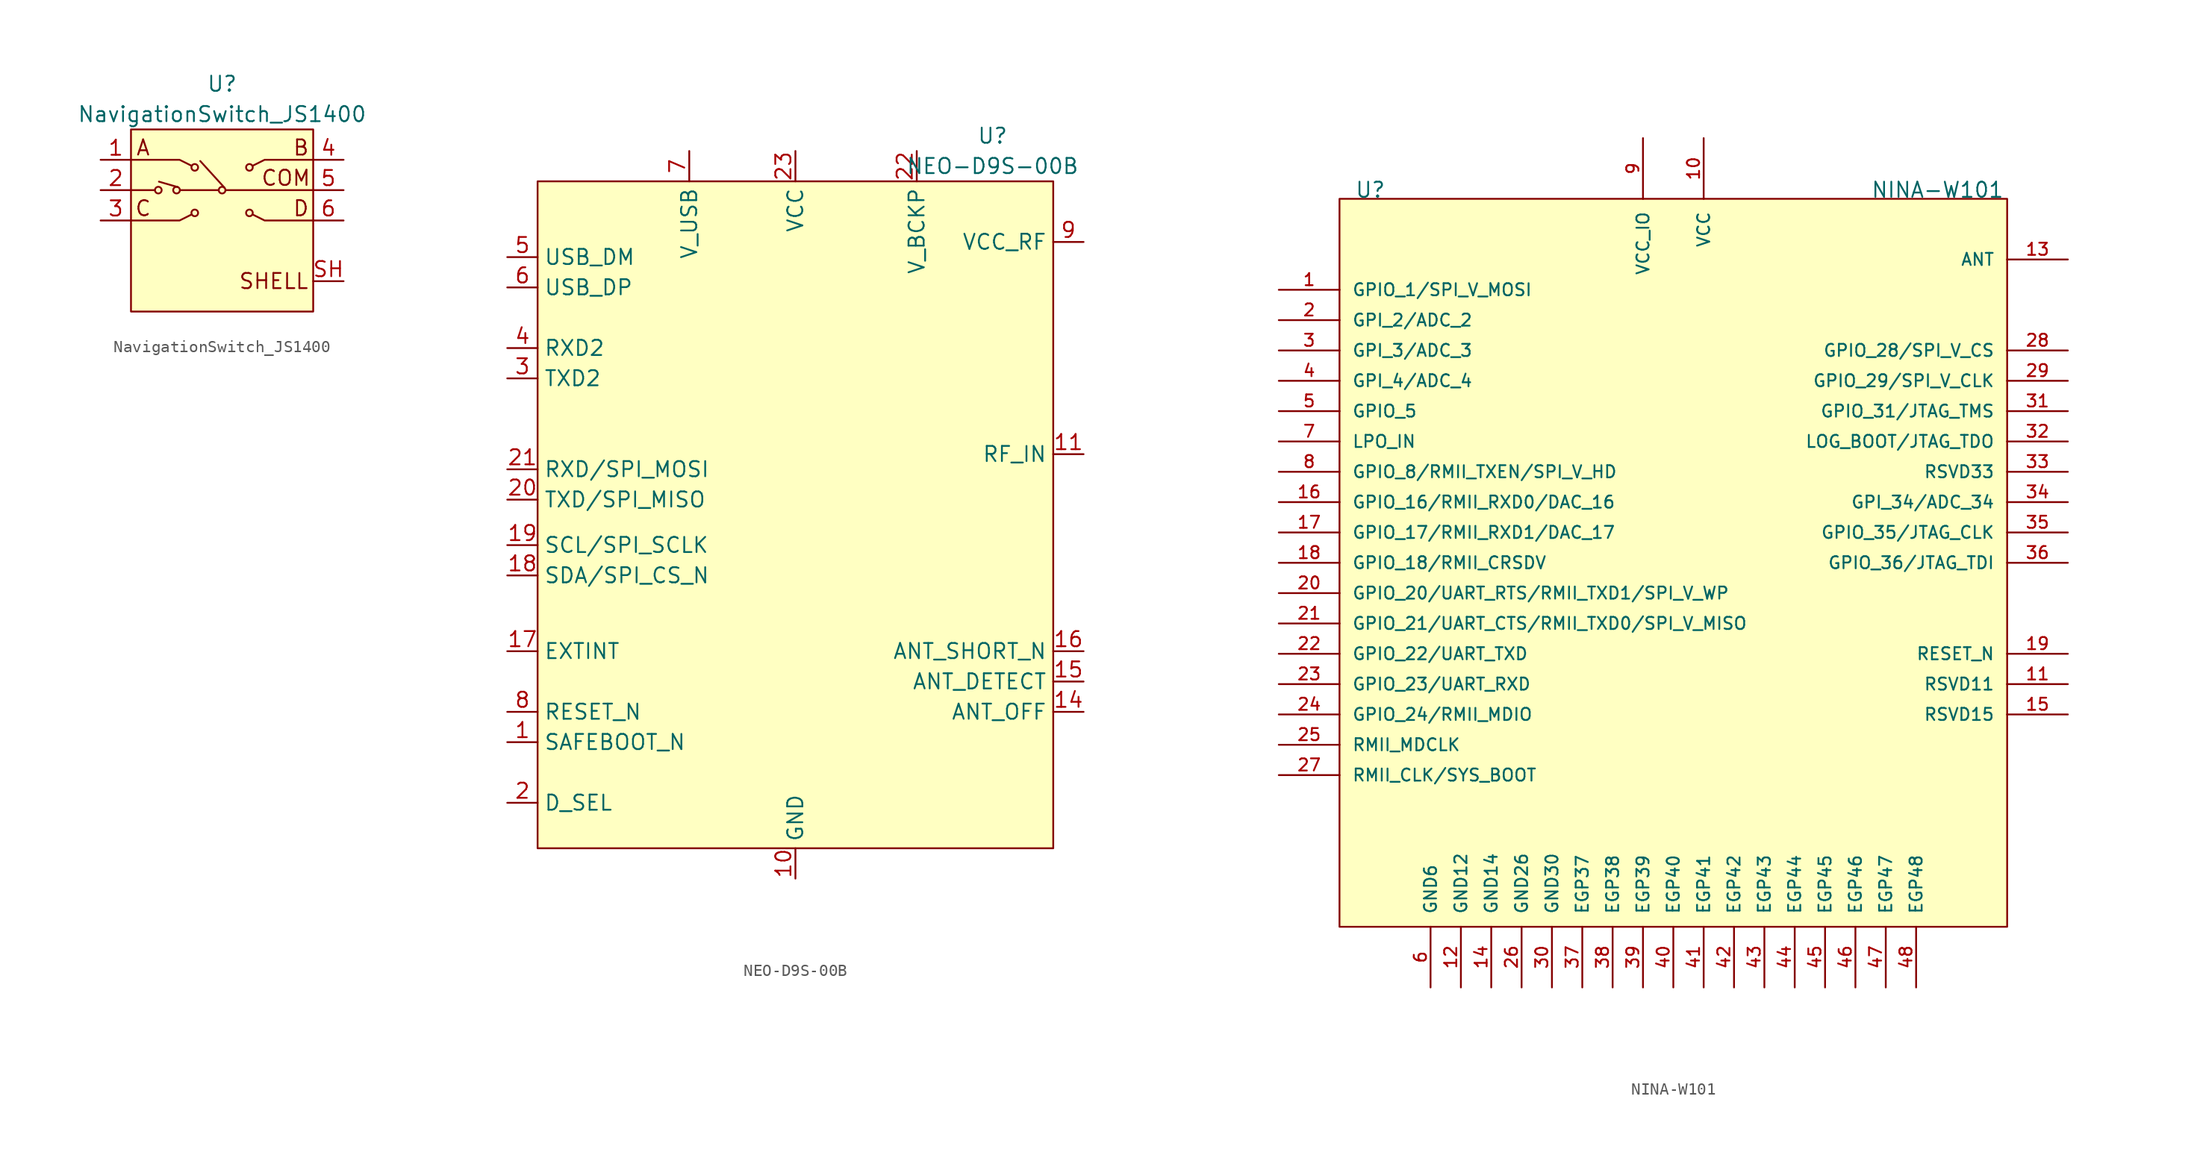
<source format=kicad_sym>
(kicad_symbol_lib
  (version 20211014)
  (generator kicad_symbol_editor)
  (symbol "NavigationSwitch_JS1400"
    (pin_names
      (offset 1.016))
    (property "Reference" "U"
      (at 0 11.43 0)
      (effects (font (size 1.27 1.27))))
    (property "Value" "NavigationSwitch_JS1400"
      (at 0 8.89 0)
      (effects (font (size 1.27 1.27))))
    (symbol "NavigationSwitch_JS1400_0_0"
      (text "A" (at -6.604 6.096 0) (effects (font (size 1.27 1.27)))))
    (symbol "NavigationSwitch_JS1400_0_1"
      (rectangle (start -7.62 7.62) (end 7.62 -7.62) (stroke (width 0) (type default) (color 0 0 0 0)) (fill (type background)))
      (circle (center -2.286 4.445) (radius 0.279) (stroke (width 0) (type default) (color 0 0 0 0)) (fill (type none)))
      (polyline (pts (xy -7.62 2.54) (xy -5.639 2.54)) (stroke (width 0) (type default) (color 0 0 0 0)) (fill (type none)))
      (polyline (pts (xy -3.708 2.794) (xy -5.283 3.251)) (stroke (width 0) (type default) (color 0 0 0 0)) (fill (type none)))
      (polyline (pts (xy -3.505 2.54) (xy -0.305 2.54)) (stroke (width 0) (type default) (color 0 0 0 0)) (fill (type none)))
      (polyline (pts (xy 0.203 2.743) (xy -1.829 4.978)) (stroke (width 0) (type default) (color 0 0 0 0)) (fill (type none)))
      (polyline (pts (xy 0.305 2.54) (xy 7.62 2.54)) (stroke (width 0) (type default) (color 0 0 0 0)) (fill (type none)))
      (polyline (pts (xy -7.62 5.08) (xy -3.556 5.08) (xy -2.54 4.572)) (stroke (width 0) (type default) (color 0 0 0 0)) (fill (type none))))
    (symbol "NavigationSwitch_JS1400_1_1"
      (circle (center -5.334 2.54) (radius 0.279) (stroke (width 0) (type default) (color 0 0 0 0)) (fill (type none)))
      (circle (center -3.81 2.54) (radius 0.279) (stroke (width 0) (type default) (color 0 0 0 0)) (fill (type none)))
      (circle (center -2.286 0.635) (radius 0.279) (stroke (width 0) (type default) (color 0 0 0 0)) (fill (type none)))
      (polyline (pts (xy -7.62 0) (xy -3.556 0) (xy -2.54 0.508)) (stroke (width 0) (type default) (color 0 0 0 0)) (fill (type none)))
      (polyline (pts (xy 7.62 0) (xy 3.556 0) (xy 2.54 0.508)) (stroke (width 0) (type default) (color 0 0 0 0)) (fill (type none)))
      (polyline (pts (xy 7.62 5.08) (xy 3.556 5.08) (xy 2.54 4.572)) (stroke (width 0) (type default) (color 0 0 0 0)) (fill (type none)))
      (circle (center 0 2.54) (radius 0.279) (stroke (width 0) (type default) (color 0 0 0 0)) (fill (type none)))
      (circle (center 2.286 0.635) (radius 0.279) (stroke (width 0) (type default) (color 0 0 0 0)) (fill (type none)))
      (circle (center 2.286 4.445) (radius 0.279) (stroke (width 0) (type default) (color 0 0 0 0)) (fill (type none)))
      (text "B" (at 6.604 6.096 0) (effects (font (size 1.27 1.27))))
      (text "C" (at -6.604 1.016 0) (effects (font (size 1.27 1.27))))
      (text "COM" (at 5.334 3.556 0) (effects (font (size 1.27 1.27))))
      (text "D" (at 6.604 1.016 0) (effects (font (size 1.27 1.27))))
      (text "SHELL" (at 4.318 -5.08 0) (effects (font (size 1.27 1.27))))
      (pin input line (at -10.16 5.08 0) (length 2.54) (name "A" (effects (font (size 0 0)))) (number "1" (effects (font (size 1.27 1.27)))))
      (pin input line (at -10.16 2.54 0) (length 2.54) (name "BTN" (effects (font (size 0 0)))) (number "2" (effects (font (size 1.27 1.27)))))
      (pin input line (at -10.16 0 0) (length 2.54) (name "C" (effects (font (size 0 0)))) (number "3" (effects (font (size 1.27 1.27)))))
      (pin input line (at 10.16 5.08 180) (length 2.54) (name "B" (effects (font (size 0 0)))) (number "4" (effects (font (size 1.27 1.27)))))
      (pin input line (at 10.16 2.54 180) (length 2.54) (name "COM" (effects (font (size 0 0)))) (number "5" (effects (font (size 1.27 1.27)))))
      (pin input line (at 10.16 0 180) (length 2.54) (name "D" (effects (font (size 0 0)))) (number "6" (effects (font (size 1.27 1.27)))))
      (pin input line (at 10.16 -5.08 180) (length 2.54) (name "Shell" (effects (font (size 0 0)))) (number "SH" (effects (font (size 1.27 1.27)))))))
  (symbol "NEO-D9S-00B"
    (property "Reference" "U"
      (at 16.51 31.75 0)
      (effects (font (size 1.27 1.27))))
    (property "Value" "NEO-D9S-00B"
      (at 16.51 29.21 0)
      (effects (font (size 1.27 1.27))))
    (symbol "NEO-D9S-00B_0_1"
      (rectangle (start -21.59 27.94) (end 21.59 -27.94) (stroke (width 0.152) (type default) (color 0 0 0 0)) (fill (type background))))
    (symbol "NEO-D9S-00B_1_1"
      (pin input line (at -24.13 -19.05 0) (length 2.54) (name "SAFEBOOT_N" (effects (font (size 1.27 1.27)))) (number "1" (effects (font (size 1.27 1.27)))))
      (pin power_in line (at 0 -30.48 90) (length 2.54) (name "GND" (effects (font (size 1.27 1.27)))) (number "10" (effects (font (size 1.27 1.27)))))
      (pin input line (at 24.13 5.08 180) (length 2.54) (name "RF_IN" (effects (font (size 1.27 1.27)))) (number "11" (effects (font (size 1.27 1.27)))))
      (pin power_in line (at 0 -30.48 90) (length 2.54) hide (name "GND" (effects (font (size 1.27 1.27)))) (number "12" (effects (font (size 1.27 1.27)))))
      (pin power_in line (at 0 -30.48 90) (length 2.54) hide (name "GND" (effects (font (size 1.27 1.27)))) (number "13" (effects (font (size 1.27 1.27)))))
      (pin output line (at 24.13 -16.51 180) (length 2.54) (name "ANT_OFF" (effects (font (size 1.27 1.27)))) (number "14" (effects (font (size 1.27 1.27)))))
      (pin input line (at 24.13 -13.97 180) (length 2.54) (name "ANT_DETECT" (effects (font (size 1.27 1.27)))) (number "15" (effects (font (size 1.27 1.27)))))
      (pin output line (at 24.13 -11.43 180) (length 2.54) (name "ANT_SHORT_N" (effects (font (size 1.27 1.27)))) (number "16" (effects (font (size 1.27 1.27)))))
      (pin input line (at -24.13 -11.43 0) (length 2.54) (name "EXTINT" (effects (font (size 1.27 1.27)))) (number "17" (effects (font (size 1.27 1.27)))))
      (pin bidirectional line (at -24.13 -5.08 0) (length 2.54) (name "SDA/SPI_CS_N" (effects (font (size 1.27 1.27)))) (number "18" (effects (font (size 1.27 1.27)))))
      (pin bidirectional line (at -24.13 -2.54 0) (length 2.54) (name "SCL/SPI_SCLK" (effects (font (size 1.27 1.27)))) (number "19" (effects (font (size 1.27 1.27)))))
      (pin input line (at -24.13 -24.13 0) (length 2.54) (name "D_SEL" (effects (font (size 1.27 1.27)))) (number "2" (effects (font (size 1.27 1.27)))))
      (pin output line (at -24.13 1.27 0) (length 2.54) (name "TXD/SPI_MISO" (effects (font (size 1.27 1.27)))) (number "20" (effects (font (size 1.27 1.27)))))
      (pin input line (at -24.13 3.81 0) (length 2.54) (name "RXD/SPI_MOSI" (effects (font (size 1.27 1.27)))) (number "21" (effects (font (size 1.27 1.27)))))
      (pin power_in line (at 10.16 30.48 270) (length 2.54) (name "V_BCKP" (effects (font (size 1.27 1.27)))) (number "22" (effects (font (size 1.27 1.27)))))
      (pin power_in line (at 0 30.48 270) (length 2.54) (name "VCC" (effects (font (size 1.27 1.27)))) (number "23" (effects (font (size 1.27 1.27)))))
      (pin power_in line (at 0 -30.48 90) (length 2.54) hide (name "GND" (effects (font (size 1.27 1.27)))) (number "24" (effects (font (size 1.27 1.27)))))
      (pin output line (at -24.13 11.43 0) (length 2.54) (name "TXD2" (effects (font (size 1.27 1.27)))) (number "3" (effects (font (size 1.27 1.27)))))
      (pin input line (at -24.13 13.97 0) (length 2.54) (name "RXD2" (effects (font (size 1.27 1.27)))) (number "4" (effects (font (size 1.27 1.27)))))
      (pin bidirectional line (at -24.13 21.59 0) (length 2.54) (name "USB_DM" (effects (font (size 1.27 1.27)))) (number "5" (effects (font (size 1.27 1.27)))))
      (pin bidirectional line (at -24.13 19.05 0) (length 2.54) (name "USB_DP" (effects (font (size 1.27 1.27)))) (number "6" (effects (font (size 1.27 1.27)))))
      (pin power_in line (at -8.89 30.48 270) (length 2.54) (name "V_USB" (effects (font (size 1.27 1.27)))) (number "7" (effects (font (size 1.27 1.27)))))
      (pin input line (at -24.13 -16.51 0) (length 2.54) (name "RESET_N" (effects (font (size 1.27 1.27)))) (number "8" (effects (font (size 1.27 1.27)))))
      (pin power_out line (at 24.13 22.86 180) (length 2.54) (name "VCC_RF" (effects (font (size 1.27 1.27)))) (number "9" (effects (font (size 1.27 1.27)))))))
  (symbol "NINA-W101"
    (pin_names
      (offset 1.016))
    (property "Reference" "U"
      (at 1.27 0 0)
      (effects (font (size 1.27 1.27)) (justify left bottom)))
    (property "Value" "NINA-W101"
      (at 44.45 0 0)
      (effects (font (size 1.27 1.27)) (justify left bottom)))
    (symbol "NINA-W101_0_0"
      (polyline (pts (xy 0 -48.26) (xy 0 -48.26)) (stroke (width 0.152) (type default) (color 0 0 0 0)) (fill (type none)))
      (polyline (pts (xy 0 -45.72) (xy 0 -45.72)) (stroke (width 0.152) (type default) (color 0 0 0 0)) (fill (type none)))
      (polyline (pts (xy 0 -43.18) (xy 0 -43.18)) (stroke (width 0.152) (type default) (color 0 0 0 0)) (fill (type none)))
      (polyline (pts (xy 0 -40.64) (xy 0 -40.64)) (stroke (width 0.152) (type default) (color 0 0 0 0)) (fill (type none)))
      (polyline (pts (xy 0 -38.1) (xy 0 -38.1)) (stroke (width 0.152) (type default) (color 0 0 0 0)) (fill (type none)))
      (polyline (pts (xy 0 -35.56) (xy 0 -35.56)) (stroke (width 0.152) (type default) (color 0 0 0 0)) (fill (type none)))
      (polyline (pts (xy 0 -33.02) (xy 0 -33.02)) (stroke (width 0.152) (type default) (color 0 0 0 0)) (fill (type none)))
      (polyline (pts (xy 0 -30.48) (xy 0 -30.48)) (stroke (width 0.152) (type default) (color 0 0 0 0)) (fill (type none)))
      (polyline (pts (xy 0 -27.94) (xy 0 -27.94)) (stroke (width 0.152) (type default) (color 0 0 0 0)) (fill (type none)))
      (polyline (pts (xy 0 -25.4) (xy 0 -25.4)) (stroke (width 0.152) (type default) (color 0 0 0 0)) (fill (type none)))
      (polyline (pts (xy 0 -22.86) (xy 0 -22.86)) (stroke (width 0.152) (type default) (color 0 0 0 0)) (fill (type none)))
      (polyline (pts (xy 0 -20.32) (xy 0 -20.32)) (stroke (width 0.152) (type default) (color 0 0 0 0)) (fill (type none)))
      (polyline (pts (xy 0 -17.78) (xy 0 -17.78)) (stroke (width 0.152) (type default) (color 0 0 0 0)) (fill (type none)))
      (polyline (pts (xy 0 -15.24) (xy 0 -15.24)) (stroke (width 0.152) (type default) (color 0 0 0 0)) (fill (type none)))
      (polyline (pts (xy 0 -12.7) (xy 0 -12.7)) (stroke (width 0.152) (type default) (color 0 0 0 0)) (fill (type none)))
      (polyline (pts (xy 0 -10.16) (xy 0 -10.16)) (stroke (width 0.152) (type default) (color 0 0 0 0)) (fill (type none)))
      (polyline (pts (xy 0 -7.62) (xy 0 -7.62)) (stroke (width 0.152) (type default) (color 0 0 0 0)) (fill (type none)))
      (polyline (pts (xy 7.62 -60.96) (xy 7.62 -60.96)) (stroke (width 0.152) (type default) (color 0 0 0 0)) (fill (type none)))
      (polyline (pts (xy 10.16 -60.96) (xy 10.16 -60.96)) (stroke (width 0.152) (type default) (color 0 0 0 0)) (fill (type none)))
      (polyline (pts (xy 12.7 -60.96) (xy 12.7 -60.96)) (stroke (width 0.152) (type default) (color 0 0 0 0)) (fill (type none)))
      (polyline (pts (xy 15.24 -60.96) (xy 15.24 -60.96)) (stroke (width 0.152) (type default) (color 0 0 0 0)) (fill (type none)))
      (polyline (pts (xy 17.78 -60.96) (xy 17.78 -60.96)) (stroke (width 0.152) (type default) (color 0 0 0 0)) (fill (type none)))
      (polyline (pts (xy 20.32 -60.96) (xy 20.32 -60.96)) (stroke (width 0.152) (type default) (color 0 0 0 0)) (fill (type none)))
      (polyline (pts (xy 22.86 -60.96) (xy 22.86 -60.96)) (stroke (width 0.152) (type default) (color 0 0 0 0)) (fill (type none)))
      (polyline (pts (xy 25.4 -60.96) (xy 25.4 -60.96)) (stroke (width 0.152) (type default) (color 0 0 0 0)) (fill (type none)))
      (polyline (pts (xy 25.4 0) (xy 25.4 0)) (stroke (width 0.152) (type default) (color 0 0 0 0)) (fill (type none)))
      (polyline (pts (xy 27.94 -60.96) (xy 27.94 -60.96)) (stroke (width 0.152) (type default) (color 0 0 0 0)) (fill (type none)))
      (polyline (pts (xy 30.48 -60.96) (xy 30.48 -60.96)) (stroke (width 0.152) (type default) (color 0 0 0 0)) (fill (type none)))
      (polyline (pts (xy 30.48 0) (xy 30.48 0)) (stroke (width 0.152) (type default) (color 0 0 0 0)) (fill (type none)))
      (polyline (pts (xy 33.02 -60.96) (xy 33.02 -60.96)) (stroke (width 0.152) (type default) (color 0 0 0 0)) (fill (type none)))
      (polyline (pts (xy 35.56 -60.96) (xy 35.56 -60.96)) (stroke (width 0.152) (type default) (color 0 0 0 0)) (fill (type none)))
      (polyline (pts (xy 38.1 -60.96) (xy 38.1 -60.96)) (stroke (width 0.152) (type default) (color 0 0 0 0)) (fill (type none)))
      (polyline (pts (xy 40.64 -60.96) (xy 40.64 -60.96)) (stroke (width 0.152) (type default) (color 0 0 0 0)) (fill (type none)))
      (polyline (pts (xy 43.18 -60.96) (xy 43.18 -60.96)) (stroke (width 0.152) (type default) (color 0 0 0 0)) (fill (type none)))
      (polyline (pts (xy 45.72 -60.96) (xy 45.72 -60.96)) (stroke (width 0.152) (type default) (color 0 0 0 0)) (fill (type none)))
      (polyline (pts (xy 48.26 -60.96) (xy 48.26 -60.96)) (stroke (width 0.152) (type default) (color 0 0 0 0)) (fill (type none)))
      (polyline (pts (xy 55.88 -43.18) (xy 55.88 -43.18)) (stroke (width 0.152) (type default) (color 0 0 0 0)) (fill (type none)))
      (polyline (pts (xy 55.88 -40.64) (xy 55.88 -40.64)) (stroke (width 0.152) (type default) (color 0 0 0 0)) (fill (type none)))
      (polyline (pts (xy 55.88 -38.1) (xy 55.88 -38.1)) (stroke (width 0.152) (type default) (color 0 0 0 0)) (fill (type none)))
      (polyline (pts (xy 55.88 -30.48) (xy 55.88 -30.48)) (stroke (width 0.152) (type default) (color 0 0 0 0)) (fill (type none)))
      (polyline (pts (xy 55.88 -27.94) (xy 55.88 -27.94)) (stroke (width 0.152) (type default) (color 0 0 0 0)) (fill (type none)))
      (polyline (pts (xy 55.88 -25.4) (xy 55.88 -25.4)) (stroke (width 0.152) (type default) (color 0 0 0 0)) (fill (type none)))
      (polyline (pts (xy 55.88 -22.86) (xy 55.88 -22.86)) (stroke (width 0.152) (type default) (color 0 0 0 0)) (fill (type none)))
      (polyline (pts (xy 55.88 -20.32) (xy 55.88 -20.32)) (stroke (width 0.152) (type default) (color 0 0 0 0)) (fill (type none)))
      (polyline (pts (xy 55.88 -17.78) (xy 55.88 -17.78)) (stroke (width 0.152) (type default) (color 0 0 0 0)) (fill (type none)))
      (polyline (pts (xy 55.88 -15.24) (xy 55.88 -15.24)) (stroke (width 0.152) (type default) (color 0 0 0 0)) (fill (type none)))
      (polyline (pts (xy 55.88 -12.7) (xy 55.88 -12.7)) (stroke (width 0.152) (type default) (color 0 0 0 0)) (fill (type none)))
      (polyline (pts (xy 55.88 -5.08) (xy 55.88 -5.08)) (stroke (width 0.152) (type default) (color 0 0 0 0)) (fill (type none)))
      (pin bidirectional line (at -5.08 -7.62 0) (length 5.08) (name "GPIO_1/SPI_V_MOSI" (effects (font (size 1.016 1.016)))) (number "1" (effects (font (size 1.016 1.016)))))
      (pin power_in line (at 30.48 5.08 270) (length 5.08) (name "VCC" (effects (font (size 1.016 1.016)))) (number "10" (effects (font (size 1.016 1.016)))))
      (pin passive line (at 60.96 -40.64 180) (length 5.08) (name "RSVD11" (effects (font (size 1.016 1.016)))) (number "11" (effects (font (size 1.016 1.016)))))
      (pin power_in line (at 10.16 -66.04 90) (length 5.08) (name "GND12" (effects (font (size 1.016 1.016)))) (number "12" (effects (font (size 1.016 1.016)))))
      (pin bidirectional line (at 60.96 -5.08 180) (length 5.08) (name "ANT" (effects (font (size 1.016 1.016)))) (number "13" (effects (font (size 1.016 1.016)))))
      (pin power_in line (at 12.7 -66.04 90) (length 5.08) (name "GND14" (effects (font (size 1.016 1.016)))) (number "14" (effects (font (size 1.016 1.016)))))
      (pin passive line (at 60.96 -43.18 180) (length 5.08) (name "RSVD15" (effects (font (size 1.016 1.016)))) (number "15" (effects (font (size 1.016 1.016)))))
      (pin bidirectional line (at -5.08 -25.4 0) (length 5.08) (name "GPIO_16/RMII_RXD0/DAC_16" (effects (font (size 1.016 1.016)))) (number "16" (effects (font (size 1.016 1.016)))))
      (pin bidirectional line (at -5.08 -27.94 0) (length 5.08) (name "GPIO_17/RMII_RXD1/DAC_17" (effects (font (size 1.016 1.016)))) (number "17" (effects (font (size 1.016 1.016)))))
      (pin bidirectional line (at -5.08 -30.48 0) (length 5.08) (name "GPIO_18/RMII_CRSDV" (effects (font (size 1.016 1.016)))) (number "18" (effects (font (size 1.016 1.016)))))
      (pin input line (at 60.96 -38.1 180) (length 5.08) (name "RESET_N" (effects (font (size 1.016 1.016)))) (number "19" (effects (font (size 1.016 1.016)))))
      (pin input line (at -5.08 -10.16 0) (length 5.08) (name "GPI_2/ADC_2" (effects (font (size 1.016 1.016)))) (number "2" (effects (font (size 1.016 1.016)))))
      (pin bidirectional line (at -5.08 -33.02 0) (length 5.08) (name "GPIO_20/UART_RTS/RMII_TXD1/SPI_V_WP" (effects (font (size 1.016 1.016)))) (number "20" (effects (font (size 1.016 1.016)))))
      (pin bidirectional line (at -5.08 -35.56 0) (length 5.08) (name "GPIO_21/UART_CTS/RMII_TXD0/SPI_V_MISO" (effects (font (size 1.016 1.016)))) (number "21" (effects (font (size 1.016 1.016)))))
      (pin bidirectional line (at -5.08 -38.1 0) (length 5.08) (name "GPIO_22/UART_TXD" (effects (font (size 1.016 1.016)))) (number "22" (effects (font (size 1.016 1.016)))))
      (pin bidirectional line (at -5.08 -40.64 0) (length 5.08) (name "GPIO_23/UART_RXD" (effects (font (size 1.016 1.016)))) (number "23" (effects (font (size 1.016 1.016)))))
      (pin bidirectional line (at -5.08 -43.18 0) (length 5.08) (name "GPIO_24/RMII_MDIO" (effects (font (size 1.016 1.016)))) (number "24" (effects (font (size 1.016 1.016)))))
      (pin bidirectional line (at -5.08 -45.72 0) (length 5.08) (name "RMII_MDCLK" (effects (font (size 1.016 1.016)))) (number "25" (effects (font (size 1.016 1.016)))))
      (pin power_in line (at 15.24 -66.04 90) (length 5.08) (name "GND26" (effects (font (size 1.016 1.016)))) (number "26" (effects (font (size 1.016 1.016)))))
      (pin input line (at -5.08 -48.26 0) (length 5.08) (name "RMII_CLK/SYS_BOOT" (effects (font (size 1.016 1.016)))) (number "27" (effects (font (size 1.016 1.016)))))
      (pin bidirectional line (at 60.96 -12.7 180) (length 5.08) (name "GPIO_28/SPI_V_CS" (effects (font (size 1.016 1.016)))) (number "28" (effects (font (size 1.016 1.016)))))
      (pin bidirectional line (at 60.96 -15.24 180) (length 5.08) (name "GPIO_29/SPI_V_CLK" (effects (font (size 1.016 1.016)))) (number "29" (effects (font (size 1.016 1.016)))))
      (pin input line (at -5.08 -12.7 0) (length 5.08) (name "GPI_3/ADC_3" (effects (font (size 1.016 1.016)))) (number "3" (effects (font (size 1.016 1.016)))))
      (pin power_in line (at 17.78 -66.04 90) (length 5.08) (name "GND30" (effects (font (size 1.016 1.016)))) (number "30" (effects (font (size 1.016 1.016)))))
      (pin bidirectional line (at 60.96 -17.78 180) (length 5.08) (name "GPIO_31/JTAG_TMS" (effects (font (size 1.016 1.016)))) (number "31" (effects (font (size 1.016 1.016)))))
      (pin bidirectional line (at 60.96 -20.32 180) (length 5.08) (name "LOG_BOOT/JTAG_TDO" (effects (font (size 1.016 1.016)))) (number "32" (effects (font (size 1.016 1.016)))))
      (pin passive line (at 60.96 -22.86 180) (length 5.08) (name "RSVD33" (effects (font (size 1.016 1.016)))) (number "33" (effects (font (size 1.016 1.016)))))
      (pin input line (at 60.96 -25.4 180) (length 5.08) (name "GPI_34/ADC_34" (effects (font (size 1.016 1.016)))) (number "34" (effects (font (size 1.016 1.016)))))
      (pin bidirectional line (at 60.96 -27.94 180) (length 5.08) (name "GPIO_35/JTAG_CLK" (effects (font (size 1.016 1.016)))) (number "35" (effects (font (size 1.016 1.016)))))
      (pin bidirectional line (at 60.96 -30.48 180) (length 5.08) (name "GPIO_36/JTAG_TDI" (effects (font (size 1.016 1.016)))) (number "36" (effects (font (size 1.016 1.016)))))
      (pin power_in line (at 20.32 -66.04 90) (length 5.08) (name "EGP37" (effects (font (size 1.016 1.016)))) (number "37" (effects (font (size 1.016 1.016)))))
      (pin power_in line (at 22.86 -66.04 90) (length 5.08) (name "EGP38" (effects (font (size 1.016 1.016)))) (number "38" (effects (font (size 1.016 1.016)))))
      (pin power_in line (at 25.4 -66.04 90) (length 5.08) (name "EGP39" (effects (font (size 1.016 1.016)))) (number "39" (effects (font (size 1.016 1.016)))))
      (pin input line (at -5.08 -15.24 0) (length 5.08) (name "GPI_4/ADC_4" (effects (font (size 1.016 1.016)))) (number "4" (effects (font (size 1.016 1.016)))))
      (pin power_in line (at 27.94 -66.04 90) (length 5.08) (name "EGP40" (effects (font (size 1.016 1.016)))) (number "40" (effects (font (size 1.016 1.016)))))
      (pin power_in line (at 30.48 -66.04 90) (length 5.08) (name "EGP41" (effects (font (size 1.016 1.016)))) (number "41" (effects (font (size 1.016 1.016)))))
      (pin power_in line (at 33.02 -66.04 90) (length 5.08) (name "EGP42" (effects (font (size 1.016 1.016)))) (number "42" (effects (font (size 1.016 1.016)))))
      (pin power_in line (at 35.56 -66.04 90) (length 5.08) (name "EGP43" (effects (font (size 1.016 1.016)))) (number "43" (effects (font (size 1.016 1.016)))))
      (pin power_in line (at 38.1 -66.04 90) (length 5.08) (name "EGP44" (effects (font (size 1.016 1.016)))) (number "44" (effects (font (size 1.016 1.016)))))
      (pin power_in line (at 40.64 -66.04 90) (length 5.08) (name "EGP45" (effects (font (size 1.016 1.016)))) (number "45" (effects (font (size 1.016 1.016)))))
      (pin power_in line (at 43.18 -66.04 90) (length 5.08) (name "EGP46" (effects (font (size 1.016 1.016)))) (number "46" (effects (font (size 1.016 1.016)))))
      (pin power_in line (at 45.72 -66.04 90) (length 5.08) (name "EGP47" (effects (font (size 1.016 1.016)))) (number "47" (effects (font (size 1.016 1.016)))))
      (pin power_in line (at 48.26 -66.04 90) (length 5.08) (name "EGP48" (effects (font (size 1.016 1.016)))) (number "48" (effects (font (size 1.016 1.016)))))
      (pin bidirectional line (at -5.08 -17.78 0) (length 5.08) (name "GPIO_5" (effects (font (size 1.016 1.016)))) (number "5" (effects (font (size 1.016 1.016)))))
      (pin power_in line (at 7.62 -66.04 90) (length 5.08) (name "GND6" (effects (font (size 1.016 1.016)))) (number "6" (effects (font (size 1.016 1.016)))))
      (pin bidirectional line (at -5.08 -20.32 0) (length 5.08) (name "LPO_IN" (effects (font (size 1.016 1.016)))) (number "7" (effects (font (size 1.016 1.016)))))
      (pin bidirectional line (at -5.08 -22.86 0) (length 5.08) (name "GPIO_8/RMII_TXEN/SPI_V_HD" (effects (font (size 1.016 1.016)))) (number "8" (effects (font (size 1.016 1.016)))))
      (pin power_in line (at 25.4 5.08 270) (length 5.08) (name "VCC_IO" (effects (font (size 1.016 1.016)))) (number "9" (effects (font (size 1.016 1.016))))))
    (symbol "NINA-W101_1_1"
      (rectangle (start 0 0) (end 55.88 -60.96) (stroke (width 0.152) (type default) (color 0 0 0 0)) (fill (type background))))))
</source>
